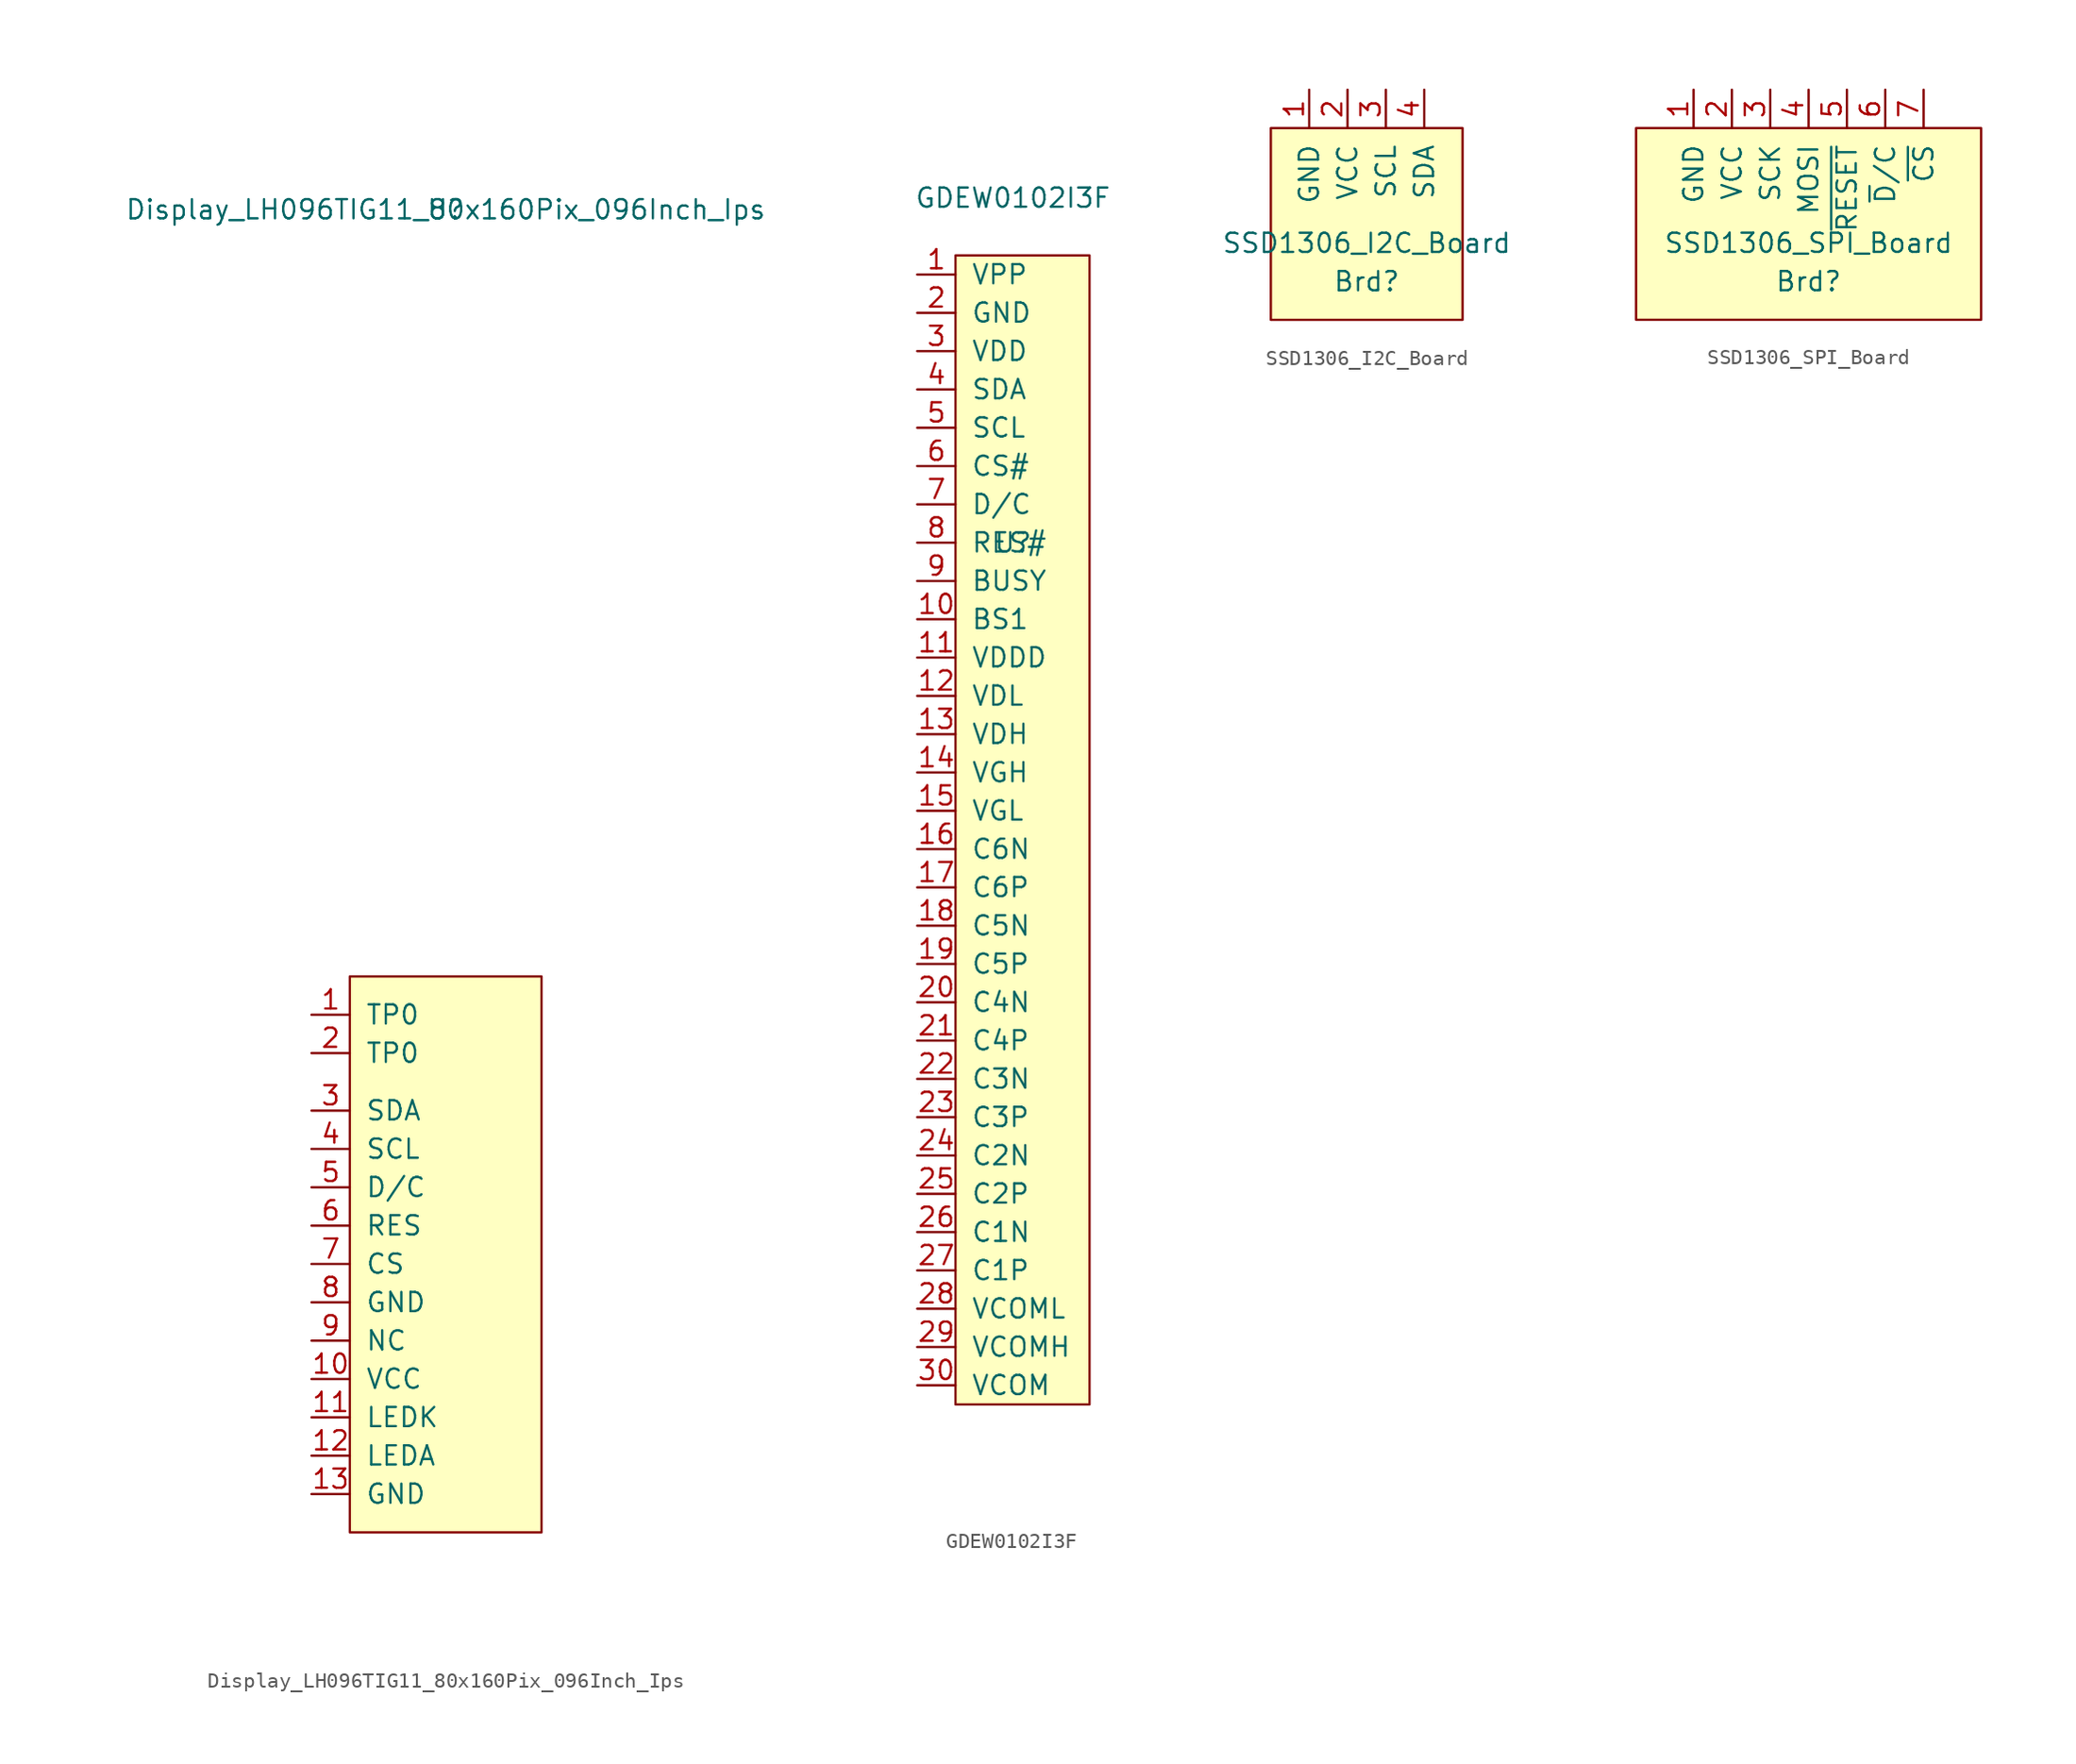
<source format=kicad_sym>
(kicad_symbol_lib
  (version 20220914)
  (generator kicad_symbol_editor)
  (symbol "Display_LH096TIG11_80x160Pix_096Inch_Ips"
    (pin_names
      (offset 1.016))
    (property "Reference" "U"
      (at -1.27 68.58 0)
      (effects (font (size 1.27 1.27))))
    (property "Value" "Display_LH096TIG11_80x160Pix_096Inch_Ips"
      (at -1.27 68.58 0)
      (effects (font (size 1.27 1.27))))
    (symbol "Display_LH096TIG11_80x160Pix_096Inch_Ips_0_1"
      (rectangle (start -7.62 17.78) (end 5.08 -19.05) (stroke (width 0) (type default)) (fill (type background))))
    (symbol "Display_LH096TIG11_80x160Pix_096Inch_Ips_1_1"
      (pin bidirectional line (at -10.16 15.24 0) (length 2.54) (name "TP0" (effects (font (size 1.27 1.27)))) (number "1" (effects (font (size 1.27 1.27)))))
      (pin power_in line (at -10.16 -8.89 0) (length 2.54) (name "VCC" (effects (font (size 1.27 1.27)))) (number "10" (effects (font (size 1.27 1.27)))))
      (pin power_in line (at -10.16 -11.43 0) (length 2.54) (name "LEDK" (effects (font (size 1.27 1.27)))) (number "11" (effects (font (size 1.27 1.27)))))
      (pin power_in line (at -10.16 -13.97 0) (length 2.54) (name "LEDA" (effects (font (size 1.27 1.27)))) (number "12" (effects (font (size 1.27 1.27)))))
      (pin power_in line (at -10.16 -16.51 0) (length 2.54) (name "GND" (effects (font (size 1.27 1.27)))) (number "13" (effects (font (size 1.27 1.27)))))
      (pin bidirectional line (at -10.16 12.7 0) (length 2.54) (name "TP0" (effects (font (size 1.27 1.27)))) (number "2" (effects (font (size 1.27 1.27)))))
      (pin bidirectional line (at -10.16 8.89 0) (length 2.54) (name "SDA" (effects (font (size 1.27 1.27)))) (number "3" (effects (font (size 1.27 1.27)))))
      (pin input line (at -10.16 6.35 0) (length 2.54) (name "SCL" (effects (font (size 1.27 1.27)))) (number "4" (effects (font (size 1.27 1.27)))))
      (pin input line (at -10.16 3.81 0) (length 2.54) (name "D/C" (effects (font (size 1.27 1.27)))) (number "5" (effects (font (size 1.27 1.27)))))
      (pin input line (at -10.16 1.27 0) (length 2.54) (name "RES" (effects (font (size 1.27 1.27)))) (number "6" (effects (font (size 1.27 1.27)))))
      (pin input line (at -10.16 -1.27 0) (length 2.54) (name "CS" (effects (font (size 1.27 1.27)))) (number "7" (effects (font (size 1.27 1.27)))))
      (pin power_in line (at -10.16 -3.81 0) (length 2.54) (name "GND" (effects (font (size 1.27 1.27)))) (number "8" (effects (font (size 1.27 1.27)))))
      (pin passive line (at -10.16 -6.35 0) (length 2.54) (name "NC" (effects (font (size 1.27 1.27)))) (number "9" (effects (font (size 1.27 1.27)))))))
  (symbol "GDEW0102I3F"
    (pin_names
      (offset 1.016))
    (property "Reference" "U"
      (at 0 17.78 0)
      (effects (font (size 1.27 1.27))))
    (property "Value" "GDEW0102I3F"
      (at 0 40.64 0)
      (effects (font (size 1.27 1.27))))
    (symbol "GDEW0102I3F_0_1"
      (rectangle (start -3.81 36.83) (end 5.08 -39.37) (stroke (width 0) (type default)) (fill (type background))))
    (symbol "GDEW0102I3F_1_1"
      (pin power_in line (at -6.35 35.56 0) (length 2.54) (name "VPP" (effects (font (size 1.27 1.27)))) (number "1" (effects (font (size 1.27 1.27)))))
      (pin input line (at -6.35 12.7 0) (length 2.54) (name "BS1" (effects (font (size 1.27 1.27)))) (number "10" (effects (font (size 1.27 1.27)))))
      (pin power_in line (at -6.35 10.16 0) (length 2.54) (name "VDDD" (effects (font (size 1.27 1.27)))) (number "11" (effects (font (size 1.27 1.27)))))
      (pin power_out line (at -6.35 7.62 0) (length 2.54) (name "VDL" (effects (font (size 1.27 1.27)))) (number "12" (effects (font (size 1.27 1.27)))))
      (pin power_out line (at -6.35 5.08 0) (length 2.54) (name "VDH" (effects (font (size 1.27 1.27)))) (number "13" (effects (font (size 1.27 1.27)))))
      (pin power_in line (at -6.35 2.54 0) (length 2.54) (name "VGH" (effects (font (size 1.27 1.27)))) (number "14" (effects (font (size 1.27 1.27)))))
      (pin power_out line (at -6.35 0 0) (length 2.54) (name "VGL" (effects (font (size 1.27 1.27)))) (number "15" (effects (font (size 1.27 1.27)))))
      (pin power_in line (at -6.35 -2.54 0) (length 2.54) (name "C6N" (effects (font (size 1.27 1.27)))) (number "16" (effects (font (size 1.27 1.27)))))
      (pin power_in line (at -6.35 -5.08 0) (length 2.54) (name "C6P" (effects (font (size 1.27 1.27)))) (number "17" (effects (font (size 1.27 1.27)))))
      (pin power_in line (at -6.35 -7.62 0) (length 2.54) (name "C5N" (effects (font (size 1.27 1.27)))) (number "18" (effects (font (size 1.27 1.27)))))
      (pin power_in line (at -6.35 -10.16 0) (length 2.54) (name "C5P" (effects (font (size 1.27 1.27)))) (number "19" (effects (font (size 1.27 1.27)))))
      (pin power_in line (at -6.35 33.02 0) (length 2.54) (name "GND" (effects (font (size 1.27 1.27)))) (number "2" (effects (font (size 1.27 1.27)))))
      (pin power_in line (at -6.35 -12.7 0) (length 2.54) (name "C4N" (effects (font (size 1.27 1.27)))) (number "20" (effects (font (size 1.27 1.27)))))
      (pin power_in line (at -6.35 -15.24 0) (length 2.54) (name "C4P" (effects (font (size 1.27 1.27)))) (number "21" (effects (font (size 1.27 1.27)))))
      (pin power_in line (at -6.35 -17.78 0) (length 2.54) (name "C3N" (effects (font (size 1.27 1.27)))) (number "22" (effects (font (size 1.27 1.27)))))
      (pin power_in line (at -6.35 -20.32 0) (length 2.54) (name "C3P" (effects (font (size 1.27 1.27)))) (number "23" (effects (font (size 1.27 1.27)))))
      (pin power_in line (at -6.35 -22.86 0) (length 2.54) (name "C2N" (effects (font (size 1.27 1.27)))) (number "24" (effects (font (size 1.27 1.27)))))
      (pin power_in line (at -6.35 -25.4 0) (length 2.54) (name "C2P" (effects (font (size 1.27 1.27)))) (number "25" (effects (font (size 1.27 1.27)))))
      (pin power_in line (at -6.35 -27.94 0) (length 2.54) (name "C1N" (effects (font (size 1.27 1.27)))) (number "26" (effects (font (size 1.27 1.27)))))
      (pin power_in line (at -6.35 -30.48 0) (length 2.54) (name "C1P" (effects (font (size 1.27 1.27)))) (number "27" (effects (font (size 1.27 1.27)))))
      (pin power_in line (at -6.35 -33.02 0) (length 2.54) (name "VCOML" (effects (font (size 1.27 1.27)))) (number "28" (effects (font (size 1.27 1.27)))))
      (pin power_in line (at -6.35 -35.56 0) (length 2.54) (name "VCOMH" (effects (font (size 1.27 1.27)))) (number "29" (effects (font (size 1.27 1.27)))))
      (pin power_in line (at -6.35 30.48 0) (length 2.54) (name "VDD" (effects (font (size 1.27 1.27)))) (number "3" (effects (font (size 1.27 1.27)))))
      (pin power_out line (at -6.35 -38.1 0) (length 2.54) (name "VCOM" (effects (font (size 1.27 1.27)))) (number "30" (effects (font (size 1.27 1.27)))))
      (pin bidirectional line (at -6.35 27.94 0) (length 2.54) (name "SDA" (effects (font (size 1.27 1.27)))) (number "4" (effects (font (size 1.27 1.27)))))
      (pin input line (at -6.35 25.4 0) (length 2.54) (name "SCL" (effects (font (size 1.27 1.27)))) (number "5" (effects (font (size 1.27 1.27)))))
      (pin input line (at -6.35 22.86 0) (length 2.54) (name "CS#" (effects (font (size 1.27 1.27)))) (number "6" (effects (font (size 1.27 1.27)))))
      (pin input line (at -6.35 20.32 0) (length 2.54) (name "D/C" (effects (font (size 1.27 1.27)))) (number "7" (effects (font (size 1.27 1.27)))))
      (pin input line (at -6.35 17.78 0) (length 2.54) (name "RES#" (effects (font (size 1.27 1.27)))) (number "8" (effects (font (size 1.27 1.27)))))
      (pin output line (at -6.35 15.24 0) (length 2.54) (name "BUSY" (effects (font (size 1.27 1.27)))) (number "9" (effects (font (size 1.27 1.27)))))))
  (symbol "SSD1306_I2C_Board"
    (pin_names
      (offset 1.016))
    (property "Reference" "Brd"
      (at 0 -3.81 0)
      (effects (font (size 1.27 1.27))))
    (property "Value" "SSD1306_I2C_Board"
      (at 0 -1.27 0)
      (effects (font (size 1.27 1.27))))
    (symbol "SSD1306_I2C_Board_0_1"
      (rectangle (start -6.35 6.35) (end 6.35 -6.35) (stroke (width 0) (type solid)) (fill (type background))))
    (symbol "SSD1306_I2C_Board_1_1"
      (pin input line (at -3.81 8.89 270) (length 2.54) (name "GND" (effects (font (size 1.27 1.27)))) (number "1" (effects (font (size 1.27 1.27)))))
      (pin input line (at -1.27 8.89 270) (length 2.54) (name "VCC" (effects (font (size 1.27 1.27)))) (number "2" (effects (font (size 1.27 1.27)))))
      (pin input line (at 1.27 8.89 270) (length 2.54) (name "SCL" (effects (font (size 1.27 1.27)))) (number "3" (effects (font (size 1.27 1.27)))))
      (pin input line (at 3.81 8.89 270) (length 2.54) (name "SDA" (effects (font (size 1.27 1.27)))) (number "4" (effects (font (size 1.27 1.27)))))))
  (symbol "SSD1306_SPI_Board"
    (pin_names
      (offset 1.016))
    (property "Reference" "Brd"
      (at 0 -3.81 0)
      (effects (font (size 1.27 1.27))))
    (property "Value" "SSD1306_SPI_Board"
      (at 0 -1.27 0)
      (effects (font (size 1.27 1.27))))
    (symbol "SSD1306_SPI_Board_0_1"
      (rectangle (start -11.43 6.35) (end 11.43 -6.35) (stroke (width 0) (type solid)) (fill (type background))))
    (symbol "SSD1306_SPI_Board_1_1"
      (pin input line (at -7.62 8.89 270) (length 2.54) (name "GND" (effects (font (size 1.27 1.27)))) (number "1" (effects (font (size 1.27 1.27)))))
      (pin input line (at -5.08 8.89 270) (length 2.54) (name "VCC" (effects (font (size 1.27 1.27)))) (number "2" (effects (font (size 1.27 1.27)))))
      (pin input line (at -2.54 8.89 270) (length 2.54) (name "SCK" (effects (font (size 1.27 1.27)))) (number "3" (effects (font (size 1.27 1.27)))))
      (pin input line (at 0 8.89 270) (length 2.54) (name "MOSI" (effects (font (size 1.27 1.27)))) (number "4" (effects (font (size 1.27 1.27)))))
      (pin input line (at 2.54 8.89 270) (length 2.54) (name "~{RESET}" (effects (font (size 1.27 1.27)))) (number "5" (effects (font (size 1.27 1.27)))))
      (pin input line (at 5.08 8.89 270) (length 2.54) (name "~{D}/C" (effects (font (size 1.27 1.27)))) (number "6" (effects (font (size 1.27 1.27)))))
      (pin input line (at 7.62 8.89 270) (length 2.54) (name "~{CS}" (effects (font (size 1.27 1.27)))) (number "7" (effects (font (size 1.27 1.27))))))))
</source>
